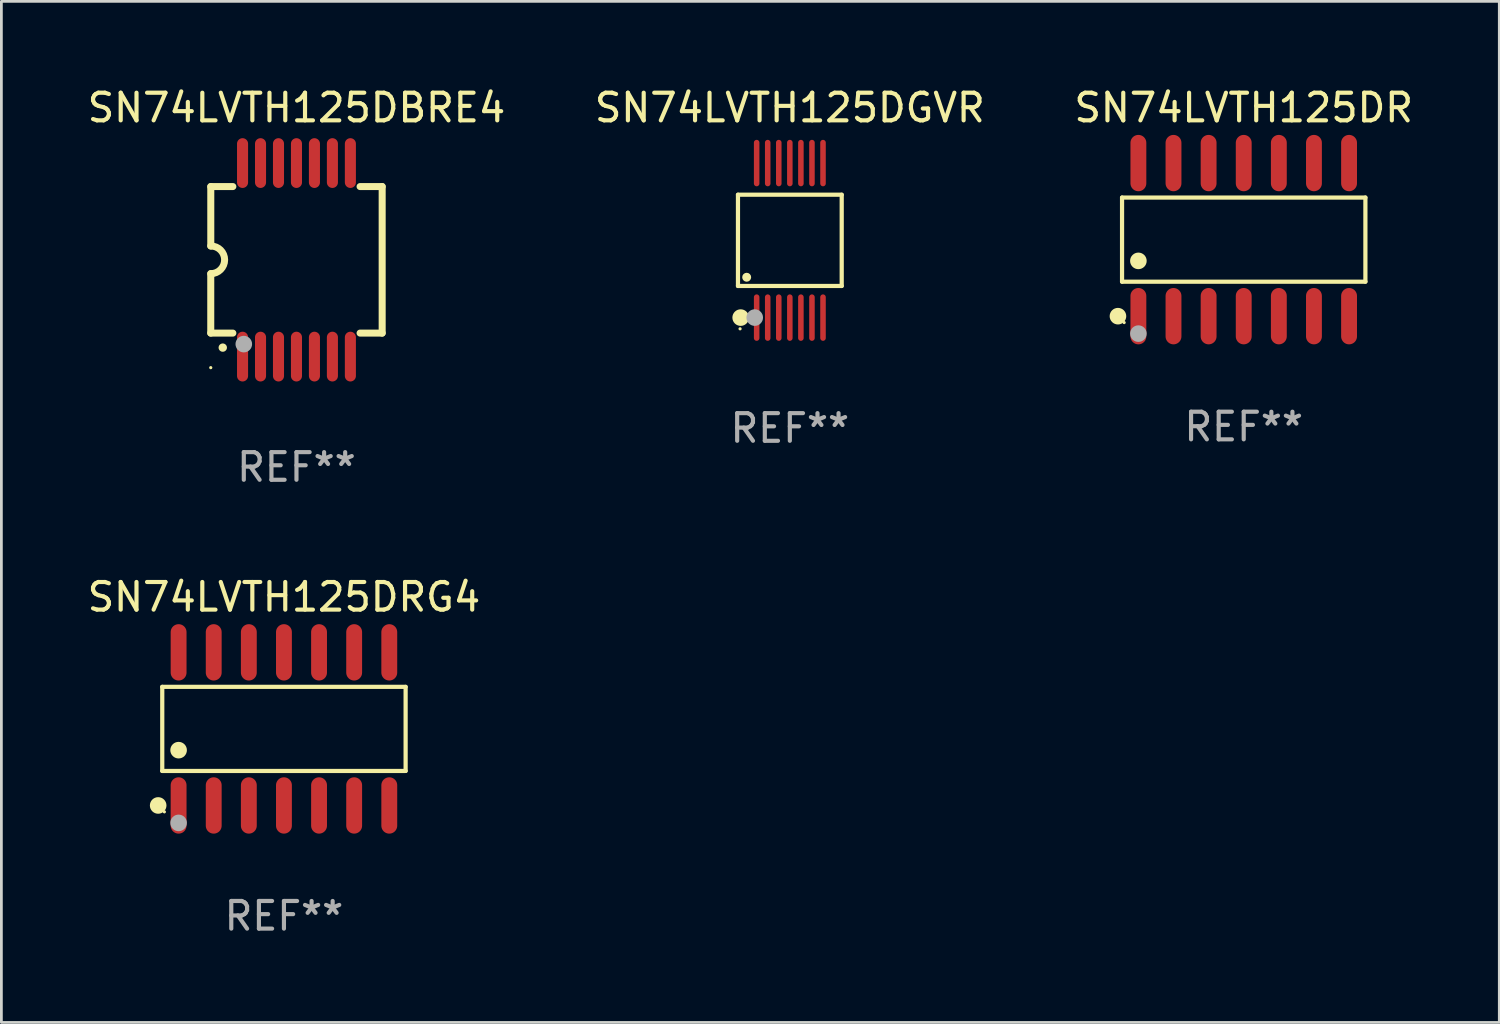
<source format=kicad_pcb>
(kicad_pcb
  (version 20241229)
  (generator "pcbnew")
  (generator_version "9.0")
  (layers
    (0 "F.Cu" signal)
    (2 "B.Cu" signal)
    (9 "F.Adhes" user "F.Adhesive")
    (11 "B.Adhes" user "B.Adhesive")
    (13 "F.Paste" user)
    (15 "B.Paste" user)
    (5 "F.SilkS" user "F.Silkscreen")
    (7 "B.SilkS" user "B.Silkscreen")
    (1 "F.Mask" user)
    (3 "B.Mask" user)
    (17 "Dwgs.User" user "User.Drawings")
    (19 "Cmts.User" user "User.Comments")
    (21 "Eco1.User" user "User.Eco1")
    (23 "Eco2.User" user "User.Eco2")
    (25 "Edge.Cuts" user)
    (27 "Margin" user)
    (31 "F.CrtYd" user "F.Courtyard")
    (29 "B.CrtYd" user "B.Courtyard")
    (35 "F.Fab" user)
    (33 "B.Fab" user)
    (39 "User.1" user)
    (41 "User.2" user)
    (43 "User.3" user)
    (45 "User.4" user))
  (footprint "SN74LVTH125DR"
    (layer "F.Cu")
    (at 41.935 5.617)
    (property "Reference" "SN74LVTH125DR" (at 0 -4.769 0) (layer "F.SilkS") (effects (font (size 1 1) (thickness 0.15))))
    (attr through_hole)
    (fp_line (start -4.401 -1.521) (end 4.401 -1.521) (stroke (width 0.152) (type solid)) (layer "F.SilkS"))
    (fp_line (start -4.401 1.521) (end -4.401 -1.521) (stroke (width 0.152) (type solid)) (layer "F.SilkS"))
    (fp_line (start 4.401 -1.521) (end 4.401 1.521) (stroke (width 0.152) (type solid)) (layer "F.SilkS"))
    (fp_line (start 4.401 1.521) (end -4.401 1.521) (stroke (width 0.152) (type solid)) (layer "F.SilkS"))
    (fp_circle (center -4.549 2.769) (end -4.399 2.769) (stroke (width 0.3) (type solid)) (fill no) (layer "F.SilkS"))
    (fp_circle (center -4.325 3) (end -4.295 3) (stroke (width 0.06) (type solid)) (fill no) (layer "F.SilkS"))
    (fp_circle (center -3.81 0.769) (end -3.66 0.769) (stroke (width 0.3) (type solid)) (fill no) (layer "F.SilkS"))
    (fp_circle (center -3.81 3.4) (end -3.66 3.4) (stroke (width 0.3) (type solid)) (fill no) (layer "F.Fab"))
    (fp_text user "REF**" (at 0 6.769 0) (layer "F.Fab") (effects (font (size 1 1) (thickness 0.15))))
    (pad "1" smd oval (at -3.81 2.769) (size 0.574 2.038) (layers "F.Cu" "F.Mask" "F.Paste"))
    (pad "2" smd oval (at -2.54 2.769) (size 0.574 2.038) (layers "F.Cu" "F.Mask" "F.Paste"))
    (pad "3" smd oval (at -1.27 2.769) (size 0.574 2.038) (layers "F.Cu" "F.Mask" "F.Paste"))
    (pad "4" smd oval (at 0 2.769) (size 0.574 2.038) (layers "F.Cu" "F.Mask" "F.Paste"))
    (pad "5" smd oval (at 1.27 2.769) (size 0.574 2.038) (layers "F.Cu" "F.Mask" "F.Paste"))
    (pad "6" smd oval (at 2.54 2.769) (size 0.574 2.038) (layers "F.Cu" "F.Mask" "F.Paste"))
    (pad "7" smd oval (at 3.81 2.769) (size 0.574 2.038) (layers "F.Cu" "F.Mask" "F.Paste"))
    (pad "8" smd oval (at 3.81 -2.769) (size 0.574 2.038) (layers "F.Cu" "F.Mask" "F.Paste"))
    (pad "9" smd oval (at 2.54 -2.769) (size 0.574 2.038) (layers "F.Cu" "F.Mask" "F.Paste"))
    (pad "10" smd oval (at 1.27 -2.769) (size 0.574 2.038) (layers "F.Cu" "F.Mask" "F.Paste"))
    (pad "11" smd oval (at 0 -2.769) (size 0.574 2.038) (layers "F.Cu" "F.Mask" "F.Paste"))
    (pad "12" smd oval (at -1.27 -2.769) (size 0.574 2.038) (layers "F.Cu" "F.Mask" "F.Paste"))
    (pad "13" smd oval (at -2.54 -2.769) (size 0.574 2.038) (layers "F.Cu" "F.Mask" "F.Paste"))
    (pad "14" smd oval (at -3.81 -2.769) (size 0.574 2.038) (layers "F.Cu" "F.Mask" "F.Paste")))
  (footprint "SN74LVTH125DBRE4"
    (layer "F.Cu")
    (at 7.673 6.348)
    (property "Reference" "SN74LVTH125DBRE4" (at 0 -5.5 0) (layer "F.SilkS") (effects (font (size 1 1) (thickness 0.15))))
    (attr through_hole)
    (fp_line (start -3.1 2.65) (end -3.1 0.5) (stroke (width 0.254) (type solid)) (layer "F.SilkS"))
    (fp_line (start -3.099 -2.65) (end -2.301 -2.65) (stroke (width 0.254) (type solid)) (layer "F.SilkS"))
    (fp_line (start -3.099 -0.5) (end -3.099 -2.65) (stroke (width 0.254) (type solid)) (layer "F.SilkS"))
    (fp_line (start -2.301 2.65) (end -3.1 2.65) (stroke (width 0.254) (type solid)) (layer "F.SilkS"))
    (fp_line (start 2.301 -2.65) (end 3.1 -2.65) (stroke (width 0.254) (type solid)) (layer "F.SilkS"))
    (fp_line (start 3.1 -2.65) (end 3.1 2.65) (stroke (width 0.254) (type solid)) (layer "F.SilkS"))
    (fp_line (start 3.1 2.65) (end 2.301 2.65) (stroke (width 0.254) (type solid)) (layer "F.SilkS"))
    (fp_arc (start -3.098806 -0.500381) (mid -2.598806 0) (end -3.098806 0.500381) (stroke (width 0.254001) (type solid)) (layer "F.SilkS"))
    (fp_arc (start -2.667005 3.175006) (mid -2.665735 3.175001) (end -2.664465 3.175006) (stroke (width 0.3) (type solid)) (layer "F.SilkS"))
    (fp_circle (center -3.1 3.9) (end -3.07 3.9) (stroke (width 0.06) (type solid)) (fill no) (layer "F.SilkS"))
    (fp_circle (center -1.905 3.048) (end -1.755 3.048) (stroke (width 0.3) (type solid)) (fill no) (layer "F.Fab"))
    (fp_text user "REF**" (at 0 7.5 0) (layer "F.Fab") (effects (font (size 1 1) (thickness 0.15))))
    (pad "1" smd oval (at -1.95 3.5 270) (size 1.8 0.4) (layers "F.Cu" "F.Mask" "F.Paste"))
    (pad "2" smd oval (at -1.3 3.5 270) (size 1.8 0.4) (layers "F.Cu" "F.Mask" "F.Paste"))
    (pad "3" smd oval (at -0.65 3.5 270) (size 1.8 0.4) (layers "F.Cu" "F.Mask" "F.Paste"))
    (pad "4" smd oval (at 0 3.5 270) (size 1.8 0.4) (layers "F.Cu" "F.Mask" "F.Paste"))
    (pad "5" smd oval (at 0.65 3.5 270) (size 1.8 0.4) (layers "F.Cu" "F.Mask" "F.Paste"))
    (pad "6" smd oval (at 1.3 3.5 270) (size 1.8 0.4) (layers "F.Cu" "F.Mask" "F.Paste"))
    (pad "7" smd oval (at 1.95 3.5 270) (size 1.8 0.4) (layers "F.Cu" "F.Mask" "F.Paste"))
    (pad "8" smd oval (at 1.95 -3.5 90) (size 1.8 0.4) (layers "F.Cu" "F.Mask" "F.Paste"))
    (pad "9" smd oval (at 1.3 -3.5 90) (size 1.8 0.4) (layers "F.Cu" "F.Mask" "F.Paste"))
    (pad "10" smd oval (at 0.65 -3.5 90) (size 1.8 0.4) (layers "F.Cu" "F.Mask" "F.Paste"))
    (pad "11" smd oval (at 0 -3.5 90) (size 1.8 0.4) (layers "F.Cu" "F.Mask" "F.Paste"))
    (pad "12" smd oval (at -0.65 -3.5 90) (size 1.8 0.4) (layers "F.Cu" "F.Mask" "F.Paste"))
    (pad "13" smd oval (at -1.3 -3.5 90) (size 1.8 0.4) (layers "F.Cu" "F.Mask" "F.Paste"))
    (pad "14" smd oval (at -1.95 -3.5 90) (size 1.8 0.4) (layers "F.Cu" "F.Mask" "F.Paste")))
  (footprint "SN74LVTH125DRG4"
    (layer "F.Cu")
    (at 7.22 23.314)
    (property "Reference" "SN74LVTH125DRG4" (at 0 -4.769 0) (layer "F.SilkS") (effects (font (size 1 1) (thickness 0.15))))
    (attr through_hole)
    (fp_line (start -4.401 -1.521) (end 4.401 -1.521) (stroke (width 0.152) (type solid)) (layer "F.SilkS"))
    (fp_line (start -4.401 1.521) (end -4.401 -1.521) (stroke (width 0.152) (type solid)) (layer "F.SilkS"))
    (fp_line (start 4.401 -1.521) (end 4.401 1.521) (stroke (width 0.152) (type solid)) (layer "F.SilkS"))
    (fp_line (start 4.401 1.521) (end -4.401 1.521) (stroke (width 0.152) (type solid)) (layer "F.SilkS"))
    (fp_circle (center -4.549 2.769) (end -4.399 2.769) (stroke (width 0.3) (type solid)) (fill no) (layer "F.SilkS"))
    (fp_circle (center -4.325 3) (end -4.295 3) (stroke (width 0.06) (type solid)) (fill no) (layer "F.SilkS"))
    (fp_circle (center -3.81 0.769) (end -3.66 0.769) (stroke (width 0.3) (type solid)) (fill no) (layer "F.SilkS"))
    (fp_circle (center -3.81 3.4) (end -3.66 3.4) (stroke (width 0.3) (type solid)) (fill no) (layer "F.Fab"))
    (fp_text user "REF**" (at 0 6.769 0) (layer "F.Fab") (effects (font (size 1 1) (thickness 0.15))))
    (pad "1" smd oval (at -3.81 2.769) (size 0.574 2.038) (layers "F.Cu" "F.Mask" "F.Paste"))
    (pad "2" smd oval (at -2.54 2.769) (size 0.574 2.038) (layers "F.Cu" "F.Mask" "F.Paste"))
    (pad "3" smd oval (at -1.27 2.769) (size 0.574 2.038) (layers "F.Cu" "F.Mask" "F.Paste"))
    (pad "4" smd oval (at 0 2.769) (size 0.574 2.038) (layers "F.Cu" "F.Mask" "F.Paste"))
    (pad "5" smd oval (at 1.27 2.769) (size 0.574 2.038) (layers "F.Cu" "F.Mask" "F.Paste"))
    (pad "6" smd oval (at 2.54 2.769) (size 0.574 2.038) (layers "F.Cu" "F.Mask" "F.Paste"))
    (pad "7" smd oval (at 3.81 2.769) (size 0.574 2.038) (layers "F.Cu" "F.Mask" "F.Paste"))
    (pad "8" smd oval (at 3.81 -2.769) (size 0.574 2.038) (layers "F.Cu" "F.Mask" "F.Paste"))
    (pad "9" smd oval (at 2.54 -2.769) (size 0.574 2.038) (layers "F.Cu" "F.Mask" "F.Paste"))
    (pad "10" smd oval (at 1.27 -2.769) (size 0.574 2.038) (layers "F.Cu" "F.Mask" "F.Paste"))
    (pad "11" smd oval (at 0 -2.769) (size 0.574 2.038) (layers "F.Cu" "F.Mask" "F.Paste"))
    (pad "12" smd oval (at -1.27 -2.769) (size 0.574 2.038) (layers "F.Cu" "F.Mask" "F.Paste"))
    (pad "13" smd oval (at -2.54 -2.769) (size 0.574 2.038) (layers "F.Cu" "F.Mask" "F.Paste"))
    (pad "14" smd oval (at -3.81 -2.769) (size 0.574 2.038) (layers "F.Cu" "F.Mask" "F.Paste")))
  (footprint "SN74LVTH125DGVR"
    (layer "F.Cu")
    (at 25.518 5.643)
    (property "Reference" "SN74LVTH125DGVR" (at 0 -4.795 0) (layer "F.SilkS") (effects (font (size 1 1) (thickness 0.15))))
    (attr through_hole)
    (fp_line (start -1.876 -1.65) (end 1.876 -1.65) (stroke (width 0.152) (type solid)) (layer "F.SilkS"))
    (fp_line (start -1.876 1.65) (end -1.876 -1.65) (stroke (width 0.152) (type solid)) (layer "F.SilkS"))
    (fp_line (start 1.876 -1.65) (end 1.876 1.65) (stroke (width 0.152) (type solid)) (layer "F.SilkS"))
    (fp_line (start 1.876 1.65) (end -1.876 1.65) (stroke (width 0.152) (type solid)) (layer "F.SilkS"))
    (fp_circle (center -1.8 3.2) (end -1.77 3.2) (stroke (width 0.06) (type solid)) (fill no) (layer "F.SilkS"))
    (fp_circle (center -1.778 2.794) (end -1.628 2.794) (stroke (width 0.3) (type solid)) (fill no) (layer "F.SilkS"))
    (fp_circle (center -1.561 1.335) (end -1.48 1.335) (stroke (width 0.162) (type solid)) (fill no) (layer "F.SilkS"))
    (fp_circle (center -1.27 2.794) (end -1.12 2.794) (stroke (width 0.3) (type solid)) (fill no) (layer "F.Fab"))
    (fp_text user "REF**" (at 0 6.795 0) (layer "F.Fab") (effects (font (size 1 1) (thickness 0.15))))
    (pad "1" smd oval (at -1.2 2.795) (size 0.2 1.68) (layers "F.Cu" "F.Mask" "F.Paste"))
    (pad "2" smd oval (at -0.8 2.795) (size 0.2 1.68) (layers "F.Cu" "F.Mask" "F.Paste"))
    (pad "3" smd oval (at -0.4 2.795) (size 0.2 1.68) (layers "F.Cu" "F.Mask" "F.Paste"))
    (pad "4" smd oval (at 0 2.795) (size 0.2 1.68) (layers "F.Cu" "F.Mask" "F.Paste"))
    (pad "5" smd oval (at 0.4 2.795) (size 0.2 1.68) (layers "F.Cu" "F.Mask" "F.Paste"))
    (pad "6" smd oval (at 0.8 2.795) (size 0.2 1.68) (layers "F.Cu" "F.Mask" "F.Paste"))
    (pad "7" smd oval (at 1.2 2.795) (size 0.2 1.68) (layers "F.Cu" "F.Mask" "F.Paste"))
    (pad "8" smd oval (at 1.2 -2.795) (size 0.2 1.68) (layers "F.Cu" "F.Mask" "F.Paste"))
    (pad "9" smd oval (at 0.8 -2.795) (size 0.2 1.68) (layers "F.Cu" "F.Mask" "F.Paste"))
    (pad "10" smd oval (at 0.4 -2.795) (size 0.2 1.68) (layers "F.Cu" "F.Mask" "F.Paste"))
    (pad "11" smd oval (at 0 -2.795) (size 0.2 1.68) (layers "F.Cu" "F.Mask" "F.Paste"))
    (pad "12" smd oval (at -0.4 -2.795) (size 0.2 1.68) (layers "F.Cu" "F.Mask" "F.Paste"))
    (pad "13" smd oval (at -0.8 -2.795) (size 0.2 1.68) (layers "F.Cu" "F.Mask" "F.Paste"))
    (pad "14" smd oval (at -1.2 -2.795) (size 0.2 1.68) (layers "F.Cu" "F.Mask" "F.Paste")))
  (gr_rect
    (start -3 -3)
    (end 51.179 33.931)
    (stroke (width 0.1) (type default))
    (fill no)
    (layer "Edge.Cuts")))
</source>
